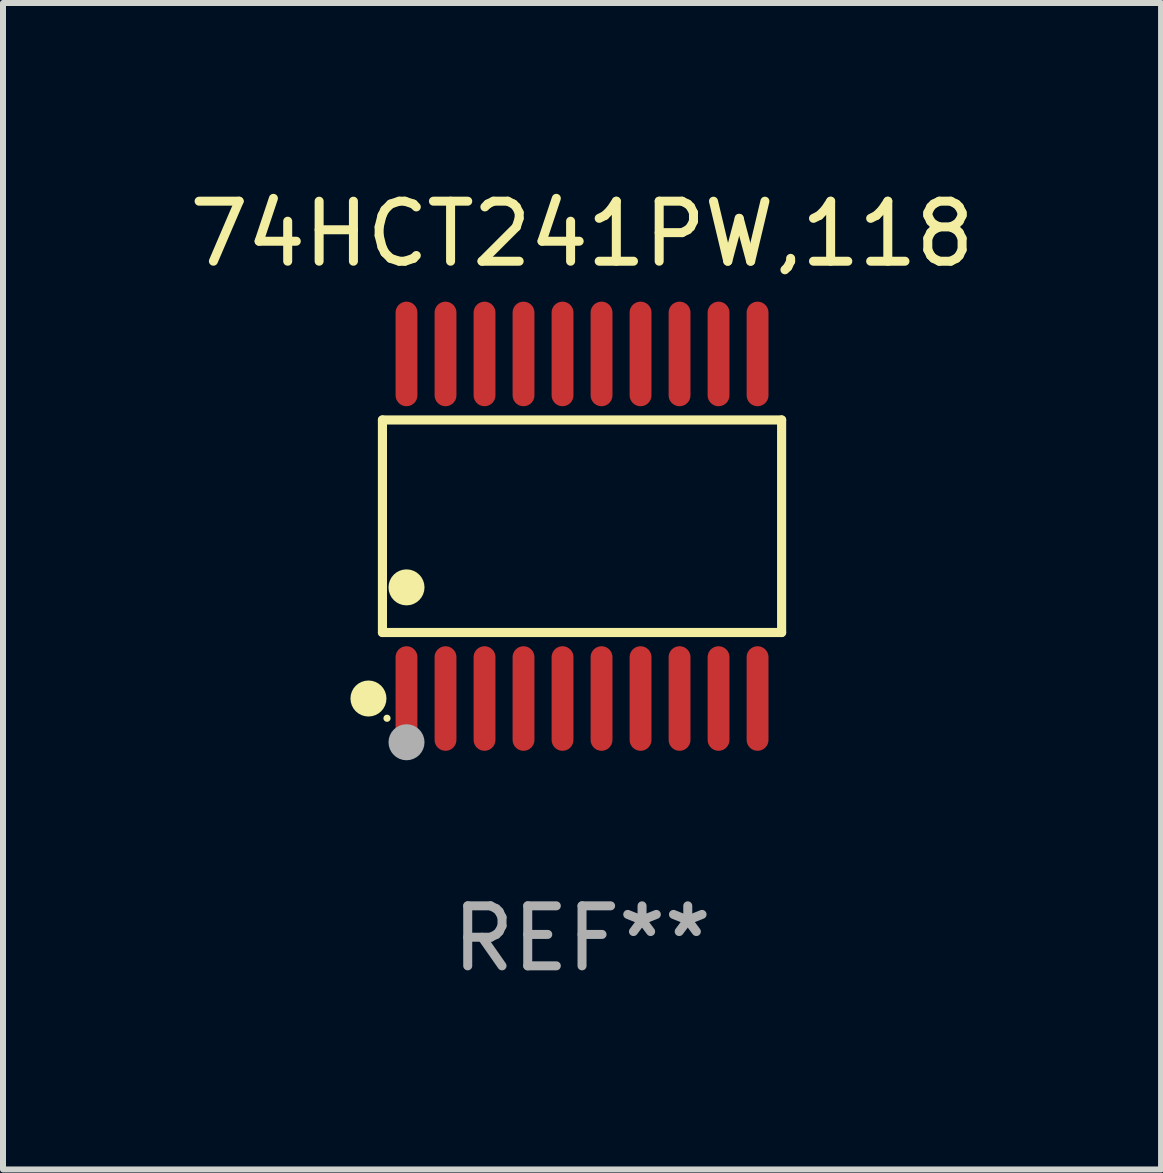
<source format=kicad_pcb>
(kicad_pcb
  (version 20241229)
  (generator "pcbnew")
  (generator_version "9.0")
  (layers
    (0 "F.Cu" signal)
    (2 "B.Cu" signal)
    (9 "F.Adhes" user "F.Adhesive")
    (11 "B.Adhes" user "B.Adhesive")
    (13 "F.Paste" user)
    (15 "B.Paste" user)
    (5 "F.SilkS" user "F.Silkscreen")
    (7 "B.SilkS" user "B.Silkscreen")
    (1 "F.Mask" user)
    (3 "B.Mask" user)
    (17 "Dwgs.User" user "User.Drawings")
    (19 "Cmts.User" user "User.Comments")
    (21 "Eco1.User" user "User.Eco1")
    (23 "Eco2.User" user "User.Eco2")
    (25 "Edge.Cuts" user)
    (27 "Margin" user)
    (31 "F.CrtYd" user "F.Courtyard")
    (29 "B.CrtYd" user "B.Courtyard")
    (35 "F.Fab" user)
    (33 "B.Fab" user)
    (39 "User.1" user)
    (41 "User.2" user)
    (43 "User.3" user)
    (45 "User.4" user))
  (footprint "74HCT241PW,118"
    (layer "F.Cu")
    (at 6.649 5.719)
    (property "Reference" "74HCT241PW,118" (at 0 -4.871 0) (layer "F.SilkS") (effects (font (size 1 1) (thickness 0.15))))
    (attr through_hole)
    (fp_line (start -3.326 -1.771) (end 3.326 -1.771) (stroke (width 0.152) (type solid)) (layer "F.SilkS"))
    (fp_line (start -3.326 1.771) (end -3.326 -1.771) (stroke (width 0.152) (type solid)) (layer "F.SilkS"))
    (fp_line (start 3.326 -1.771) (end 3.326 1.771) (stroke (width 0.152) (type solid)) (layer "F.SilkS"))
    (fp_line (start 3.326 1.771) (end -3.326 1.771) (stroke (width 0.152) (type solid)) (layer "F.SilkS"))
    (fp_circle (center -3.559 2.871) (end -3.409 2.871) (stroke (width 0.3) (type solid)) (fill no) (layer "F.SilkS"))
    (fp_circle (center -3.25 3.2) (end -3.22 3.2) (stroke (width 0.06) (type solid)) (fill no) (layer "F.SilkS"))
    (fp_circle (center -2.925 1.019) (end -2.775 1.019) (stroke (width 0.3) (type solid)) (fill no) (layer "F.SilkS"))
    (fp_circle (center -2.925 3.6) (end -2.775 3.6) (stroke (width 0.3) (type solid)) (fill no) (layer "F.Fab"))
    (fp_text user "REF**" (at 0 6.871 0) (layer "F.Fab") (effects (font (size 1 1) (thickness 0.15))))
    (pad "1" smd oval (at -2.925 2.871) (size 0.364 1.742) (layers "F.Cu" "F.Mask" "F.Paste"))
    (pad "2" smd oval (at -2.275 2.871) (size 0.364 1.742) (layers "F.Cu" "F.Mask" "F.Paste"))
    (pad "3" smd oval (at -1.625 2.871) (size 0.364 1.742) (layers "F.Cu" "F.Mask" "F.Paste"))
    (pad "4" smd oval (at -0.975 2.871) (size 0.364 1.742) (layers "F.Cu" "F.Mask" "F.Paste"))
    (pad "5" smd oval (at -0.325 2.871) (size 0.364 1.742) (layers "F.Cu" "F.Mask" "F.Paste"))
    (pad "6" smd oval (at 0.325 2.871) (size 0.364 1.742) (layers "F.Cu" "F.Mask" "F.Paste"))
    (pad "7" smd oval (at 0.975 2.871) (size 0.364 1.742) (layers "F.Cu" "F.Mask" "F.Paste"))
    (pad "8" smd oval (at 1.625 2.871) (size 0.364 1.742) (layers "F.Cu" "F.Mask" "F.Paste"))
    (pad "9" smd oval (at 2.275 2.871) (size 0.364 1.742) (layers "F.Cu" "F.Mask" "F.Paste"))
    (pad "10" smd oval (at 2.925 2.871) (size 0.364 1.742) (layers "F.Cu" "F.Mask" "F.Paste"))
    (pad "11" smd oval (at 2.925 -2.871) (size 0.364 1.742) (layers "F.Cu" "F.Mask" "F.Paste"))
    (pad "12" smd oval (at 2.275 -2.871) (size 0.364 1.742) (layers "F.Cu" "F.Mask" "F.Paste"))
    (pad "13" smd oval (at 1.625 -2.871) (size 0.364 1.742) (layers "F.Cu" "F.Mask" "F.Paste"))
    (pad "14" smd oval (at 0.975 -2.871) (size 0.364 1.742) (layers "F.Cu" "F.Mask" "F.Paste"))
    (pad "15" smd oval (at 0.325 -2.871) (size 0.364 1.742) (layers "F.Cu" "F.Mask" "F.Paste"))
    (pad "16" smd oval (at -0.325 -2.871) (size 0.364 1.742) (layers "F.Cu" "F.Mask" "F.Paste"))
    (pad "17" smd oval (at -0.975 -2.871) (size 0.364 1.742) (layers "F.Cu" "F.Mask" "F.Paste"))
    (pad "18" smd oval (at -1.625 -2.871) (size 0.364 1.742) (layers "F.Cu" "F.Mask" "F.Paste"))
    (pad "19" smd oval (at -2.275 -2.871) (size 0.364 1.742) (layers "F.Cu" "F.Mask" "F.Paste"))
    (pad "20" smd oval (at -2.925 -2.871) (size 0.364 1.742) (layers "F.Cu" "F.Mask" "F.Paste")))
  (gr_rect
    (start -3 -3)
    (end 16.298 16.438)
    (stroke (width 0.1) (type default))
    (fill no)
    (layer "Edge.Cuts")))
</source>
